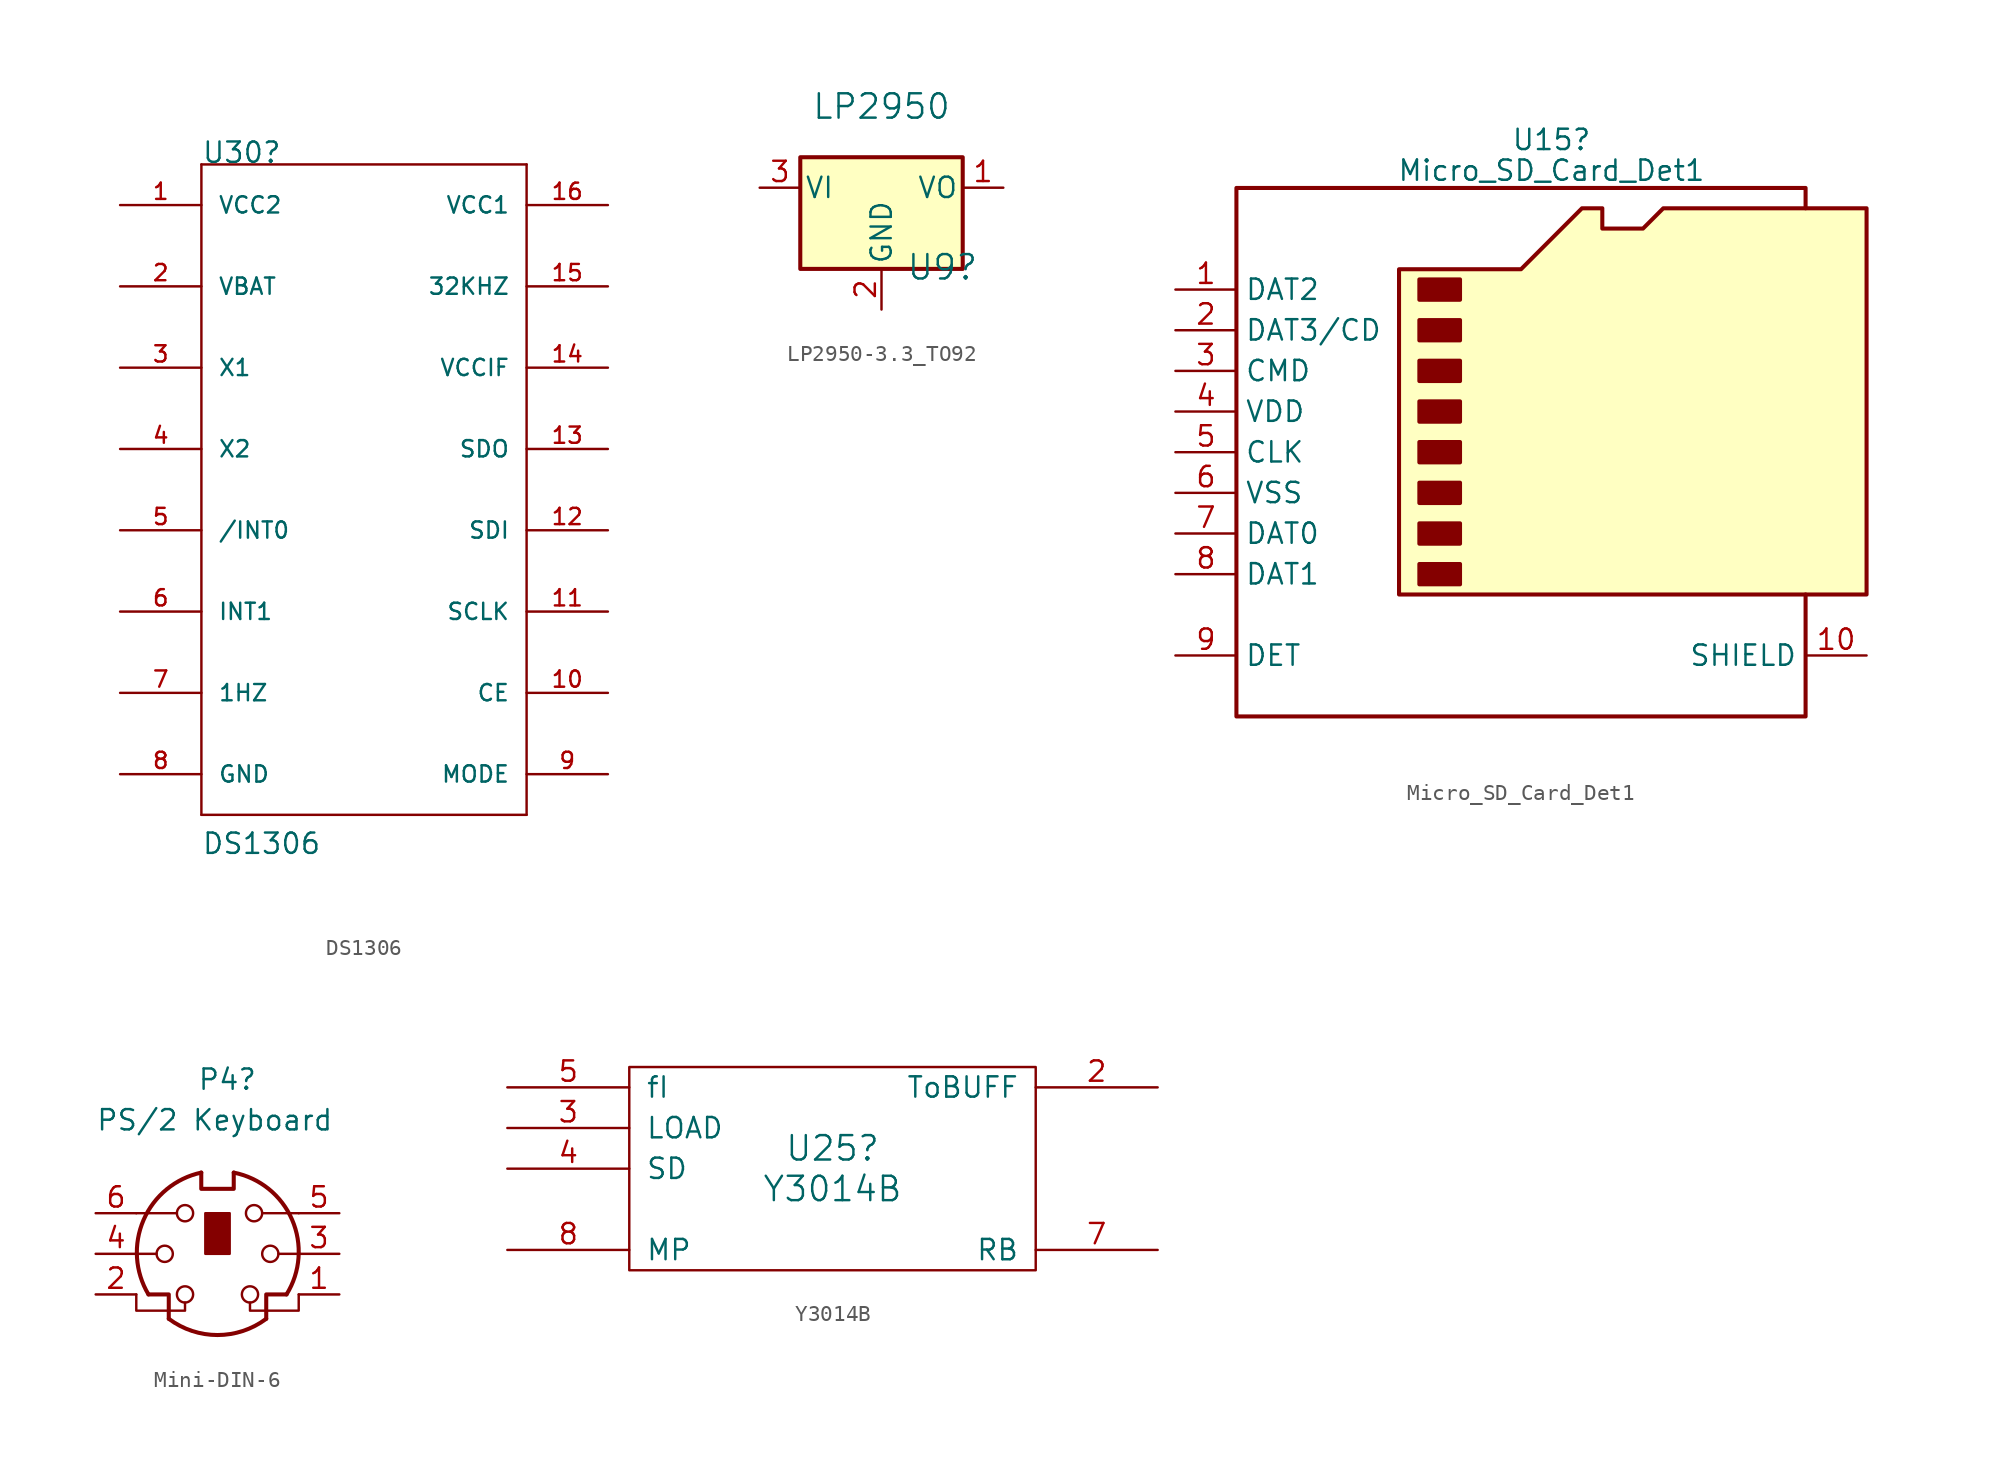
<source format=kicad_sym>
(kicad_symbol_lib
  (version 20220914)
  (generator kicad_symbol_editor)
  (symbol "DS1306"
    (pin_names
      (offset 1.016))
    (property "Reference" "U30"
      (at -10.16 20.32 0)
      (effects (font (size 1.27 1.27)) (justify left bottom)))
    (property "Value" "DS1306"
      (at -10.16 -22.86 0)
      (effects (font (size 1.27 1.27)) (justify left bottom)))
    (property "Datasheet" ""
      (at 0 0 0)
      (effects (font (size 1.524 1.524))))
    (property "ki_locked" ""
      (at 0 0 0)
      (effects (font (size 1.27 1.27))))
    (symbol "DS1306_1_0"
      (polyline (pts (xy -10.16 -20.32) (xy 10.16 -20.32)) (stroke (width 0) (type solid)) (fill (type none)))
      (polyline (pts (xy -10.16 20.32) (xy -10.16 -20.32)) (stroke (width 0) (type solid)) (fill (type none)))
      (polyline (pts (xy 10.16 -20.32) (xy 10.16 20.32)) (stroke (width 0) (type solid)) (fill (type none)))
      (polyline (pts (xy 10.16 20.32) (xy -10.16 20.32)) (stroke (width 0) (type solid)) (fill (type none))))
    (symbol "DS1306_1_1"
      (pin power_in line (at -15.24 17.78 0) (length 5.08) (name "VCC2" (effects (font (size 1.016 1.016)))) (number "1" (effects (font (size 1.016 1.016)))))
      (pin input line (at 15.24 -12.7 180) (length 5.08) (name "CE" (effects (font (size 1.016 1.016)))) (number "10" (effects (font (size 1.016 1.016)))))
      (pin input line (at 15.24 -7.62 180) (length 5.08) (name "SCLK" (effects (font (size 1.016 1.016)))) (number "11" (effects (font (size 1.016 1.016)))))
      (pin input line (at 15.24 -2.54 180) (length 5.08) (name "SDI" (effects (font (size 1.016 1.016)))) (number "12" (effects (font (size 1.016 1.016)))))
      (pin output line (at 15.24 2.54 180) (length 5.08) (name "SDO" (effects (font (size 1.016 1.016)))) (number "13" (effects (font (size 1.016 1.016)))))
      (pin power_in line (at 15.24 7.62 180) (length 5.08) (name "VCCIF" (effects (font (size 1.016 1.016)))) (number "14" (effects (font (size 1.016 1.016)))))
      (pin output line (at 15.24 12.7 180) (length 5.08) (name "32KHZ" (effects (font (size 1.016 1.016)))) (number "15" (effects (font (size 1.016 1.016)))))
      (pin power_in line (at 15.24 17.78 180) (length 5.08) (name "VCC1" (effects (font (size 1.016 1.016)))) (number "16" (effects (font (size 1.016 1.016)))))
      (pin power_in line (at -15.24 12.7 0) (length 5.08) (name "VBAT" (effects (font (size 1.016 1.016)))) (number "2" (effects (font (size 1.016 1.016)))))
      (pin input line (at -15.24 7.62 0) (length 5.08) (name "X1" (effects (font (size 1.016 1.016)))) (number "3" (effects (font (size 1.016 1.016)))))
      (pin output line (at -15.24 2.54 0) (length 5.08) (name "X2" (effects (font (size 1.016 1.016)))) (number "4" (effects (font (size 1.016 1.016)))))
      (pin open_collector line (at -15.24 -2.54 0) (length 5.08) (name "/INT0" (effects (font (size 1.016 1.016)))) (number "5" (effects (font (size 1.016 1.016)))))
      (pin output line (at -15.24 -7.62 0) (length 5.08) (name "INT1" (effects (font (size 1.016 1.016)))) (number "6" (effects (font (size 1.016 1.016)))))
      (pin output line (at -15.24 -12.7 0) (length 5.08) (name "1HZ" (effects (font (size 1.016 1.016)))) (number "7" (effects (font (size 1.016 1.016)))))
      (pin power_in line (at -15.24 -17.78 0) (length 5.08) (name "GND" (effects (font (size 1.016 1.016)))) (number "8" (effects (font (size 1.016 1.016)))))
      (pin input line (at 15.24 -17.78 180) (length 5.08) (name "MODE" (effects (font (size 1.016 1.016)))) (number "9" (effects (font (size 1.016 1.016)))))))
  (symbol "LP2950-3.3_TO92"
    (pin_names
      (offset 0.254))
    (property "Reference" "U9"
      (at 3.81 -4.978 0)
      (effects (font (size 1.524 1.524))))
    (property "Value" "LP2950"
      (at 0 5.08 0)
      (effects (font (size 1.524 1.524))))
    (symbol "LP2950-3.3_TO92_0_1"
      (rectangle (start -5.08 -5.08) (end 5.08 1.905) (stroke (width 0.254) (type default)) (fill (type background))))
    (symbol "LP2950-3.3_TO92_1_1"
      (pin power_out line (at 7.62 0 180) (length 2.54) (name "VO" (effects (font (size 1.27 1.27)))) (number "1" (effects (font (size 1.27 1.27)))))
      (pin power_in line (at 0 -7.62 90) (length 2.54) (name "GND" (effects (font (size 1.27 1.27)))) (number "2" (effects (font (size 1.27 1.27)))))
      (pin power_in line (at -7.62 0 0) (length 2.54) (name "VI" (effects (font (size 1.27 1.27)))) (number "3" (effects (font (size 1.27 1.27)))))))
  (symbol "Micro_SD_Card_Det1"
    (property "Reference" "U15"
      (at 0.635 19.52 0)
      (effects (font (size 1.27 1.27))))
    (property "Value" "Micro_SD_Card_Det1"
      (at 0.635 17.599 0)
      (effects (font (size 1.27 1.27))))
    (symbol "Micro_SD_Card_Det1_0_1"
      (rectangle (start -7.62 -6.985) (end -5.08 -8.255) (stroke (width 0.254) (type default)) (fill (type outline)))
      (rectangle (start -7.62 -4.445) (end -5.08 -5.715) (stroke (width 0.254) (type default)) (fill (type outline)))
      (rectangle (start -7.62 -1.905) (end -5.08 -3.175) (stroke (width 0.254) (type default)) (fill (type outline)))
      (rectangle (start -7.62 0.635) (end -5.08 -0.635) (stroke (width 0.254) (type default)) (fill (type outline)))
      (rectangle (start -7.62 3.175) (end -5.08 1.905) (stroke (width 0.254) (type default)) (fill (type outline)))
      (rectangle (start -7.62 5.715) (end -5.08 4.445) (stroke (width 0.254) (type default)) (fill (type outline)))
      (rectangle (start -7.62 8.255) (end -5.08 6.985) (stroke (width 0.254) (type default)) (fill (type outline)))
      (rectangle (start -7.62 10.795) (end -5.08 9.525) (stroke (width 0.254) (type default)) (fill (type outline)))
      (polyline (pts (xy 16.51 15.24) (xy 16.51 16.51) (xy -19.05 16.51) (xy -19.05 -16.51) (xy 16.51 -16.51) (xy 16.51 -8.89)) (stroke (width 0.254) (type default)) (fill (type none)))
      (polyline (pts (xy -8.89 -8.89) (xy -8.89 11.43) (xy -1.27 11.43) (xy 2.54 15.24) (xy 3.81 15.24) (xy 3.81 13.97) (xy 6.35 13.97) (xy 7.62 15.24) (xy 20.32 15.24) (xy 20.32 -8.89) (xy -8.89 -8.89)) (stroke (width 0.254) (type default)) (fill (type background))))
    (symbol "Micro_SD_Card_Det1_1_1"
      (pin bidirectional line (at -22.86 10.16 0) (length 3.81) (name "DAT2" (effects (font (size 1.27 1.27)))) (number "1" (effects (font (size 1.27 1.27)))))
      (pin passive line (at 20.32 -12.7 180) (length 3.81) (name "SHIELD" (effects (font (size 1.27 1.27)))) (number "10" (effects (font (size 1.27 1.27)))))
      (pin bidirectional line (at -22.86 7.62 0) (length 3.81) (name "DAT3/CD" (effects (font (size 1.27 1.27)))) (number "2" (effects (font (size 1.27 1.27)))))
      (pin input line (at -22.86 5.08 0) (length 3.81) (name "CMD" (effects (font (size 1.27 1.27)))) (number "3" (effects (font (size 1.27 1.27)))))
      (pin power_in line (at -22.86 2.54 0) (length 3.81) (name "VDD" (effects (font (size 1.27 1.27)))) (number "4" (effects (font (size 1.27 1.27)))))
      (pin input line (at -22.86 0 0) (length 3.81) (name "CLK" (effects (font (size 1.27 1.27)))) (number "5" (effects (font (size 1.27 1.27)))))
      (pin power_in line (at -22.86 -2.54 0) (length 3.81) (name "VSS" (effects (font (size 1.27 1.27)))) (number "6" (effects (font (size 1.27 1.27)))))
      (pin bidirectional line (at -22.86 -5.08 0) (length 3.81) (name "DAT0" (effects (font (size 1.27 1.27)))) (number "7" (effects (font (size 1.27 1.27)))))
      (pin bidirectional line (at -22.86 -7.62 0) (length 3.81) (name "DAT1" (effects (font (size 1.27 1.27)))) (number "8" (effects (font (size 1.27 1.27)))))
      (pin passive line (at -22.86 -12.7 0) (length 3.81) (name "DET" (effects (font (size 1.27 1.27)))) (number "9" (effects (font (size 1.27 1.27)))))))
  (symbol "Mini-DIN-6"
    (pin_names
      (offset 1.016))
    (property "Reference" "P4"
      (at -1.27 10.16 0)
      (effects (font (size 1.27 1.27)) (justify left bottom)))
    (property "Value" "PS/2 Keyboard"
      (at -7.62 7.62 0)
      (effects (font (size 1.27 1.27)) (justify left bottom)))
    (symbol "Mini-DIN-6_0_1"
      (circle (center -3.302 0) (radius 0.508) (stroke (width 0) (type default)) (fill (type none)))
      (arc (start -3.048 -4.064) (mid 0 -5.08) (end 3.048 -4.064) (stroke (width 0.254) (type default)) (fill (type none)))
      (circle (center -2.032 -2.54) (radius 0.508) (stroke (width 0) (type default)) (fill (type none)))
      (circle (center -2.032 2.54) (radius 0.508) (stroke (width 0) (type default)) (fill (type none)))
      (arc (start -1.016 5.08) (mid -4.6228 2.1214) (end -4.318 -2.54) (stroke (width 0.254) (type default)) (fill (type none)))
      (rectangle (start -0.762 2.54) (end 0.762 0) (stroke (width 0) (type default)) (fill (type outline)))
      (polyline (pts (xy -3.81 0) (xy -5.08 0)) (stroke (width 0) (type default)) (fill (type none)))
      (polyline (pts (xy -2.54 2.54) (xy -5.08 2.54)) (stroke (width 0) (type default)) (fill (type none)))
      (polyline (pts (xy 2.794 2.54) (xy 5.08 2.54)) (stroke (width 0) (type default)) (fill (type none)))
      (polyline (pts (xy 5.08 0) (xy 3.81 0)) (stroke (width 0) (type default)) (fill (type none)))
      (polyline (pts (xy -4.318 -2.54) (xy -3.048 -2.54) (xy -3.048 -4.064)) (stroke (width 0.254) (type default)) (fill (type none)))
      (polyline (pts (xy 4.318 -2.54) (xy 3.048 -2.54) (xy 3.048 -4.064)) (stroke (width 0.254) (type default)) (fill (type none)))
      (polyline (pts (xy -2.032 -3.048) (xy -2.032 -3.556) (xy -5.08 -3.556) (xy -5.08 -2.54)) (stroke (width 0) (type default)) (fill (type none)))
      (polyline (pts (xy -1.016 5.08) (xy -1.016 4.064) (xy 1.016 4.064) (xy 1.016 5.08)) (stroke (width 0.254) (type default)) (fill (type none)))
      (polyline (pts (xy 2.032 -3.048) (xy 2.032 -3.556) (xy 5.08 -3.556) (xy 5.08 -2.54)) (stroke (width 0) (type default)) (fill (type none)))
      (circle (center 2.032 -2.54) (radius 0.508) (stroke (width 0) (type default)) (fill (type none)))
      (circle (center 2.286 2.54) (radius 0.508) (stroke (width 0) (type default)) (fill (type none)))
      (circle (center 3.302 0) (radius 0.508) (stroke (width 0) (type default)) (fill (type none)))
      (arc (start 4.318 -2.54) (mid 4.6661 2.1322) (end 1.016 5.08) (stroke (width 0.254) (type default)) (fill (type none))))
    (symbol "Mini-DIN-6_1_1"
      (pin passive line (at 7.62 -2.54 180) (length 2.54) (name "~" (effects (font (size 1.27 1.27)))) (number "1" (effects (font (size 1.27 1.27)))))
      (pin passive line (at -7.62 -2.54 0) (length 2.54) (name "~" (effects (font (size 1.27 1.27)))) (number "2" (effects (font (size 1.27 1.27)))))
      (pin passive line (at 7.62 0 180) (length 2.54) (name "~" (effects (font (size 1.27 1.27)))) (number "3" (effects (font (size 1.27 1.27)))))
      (pin passive line (at -7.62 0 0) (length 2.54) (name "~" (effects (font (size 1.27 1.27)))) (number "4" (effects (font (size 1.27 1.27)))))
      (pin passive line (at 7.62 2.54 180) (length 2.54) (name "~" (effects (font (size 1.27 1.27)))) (number "5" (effects (font (size 1.27 1.27)))))
      (pin passive line (at -7.62 2.54 0) (length 2.54) (name "~" (effects (font (size 1.27 1.27)))) (number "6" (effects (font (size 1.27 1.27)))))))
  (symbol "Y3014B"
    (pin_names
      (offset 1.016))
    (property "Reference" "U25"
      (at 0 1.27 0)
      (effects (font (size 1.524 1.524))))
    (property "Value" "Y3014B"
      (at 0 -1.27 0)
      (effects (font (size 1.524 1.524))))
    (property "Datasheet" ""
      (at 0 0 0)
      (effects (font (size 1.524 1.524))))
    (symbol "Y3014B_0_1"
      (rectangle (start -12.7 6.35) (end 12.7 -6.35) (stroke (width 0) (type solid)) (fill (type none))))
    (symbol "Y3014B_1_1"
      (pin power_in line (at 0 6.35 270) (length 0) hide (name "VCC" (effects (font (size 1.27 1.27)))) (number "1" (effects (font (size 1.27 1.27)))))
      (pin output line (at 20.32 5.08 180) (length 7.62) (name "ToBUFF" (effects (font (size 1.27 1.27)))) (number "2" (effects (font (size 1.27 1.27)))))
      (pin input line (at -20.32 2.54 0) (length 7.62) (name "LOAD" (effects (font (size 1.27 1.27)))) (number "3" (effects (font (size 1.27 1.27)))))
      (pin input line (at -20.32 0 0) (length 7.62) (name "SD" (effects (font (size 1.27 1.27)))) (number "4" (effects (font (size 1.27 1.27)))))
      (pin input line (at -20.32 5.08 0) (length 7.62) (name "fI" (effects (font (size 1.27 1.27)))) (number "5" (effects (font (size 1.27 1.27)))))
      (pin power_in line (at 0 -6.35 90) (length 0) hide (name "GND" (effects (font (size 1.27 1.27)))) (number "6" (effects (font (size 1.27 1.27)))))
      (pin output line (at 20.32 -5.08 180) (length 7.62) (name "RB" (effects (font (size 1.27 1.27)))) (number "7" (effects (font (size 1.27 1.27)))))
      (pin input line (at -20.32 -5.08 0) (length 7.62) (name "MP" (effects (font (size 1.27 1.27)))) (number "8" (effects (font (size 1.27 1.27))))))))
</source>
